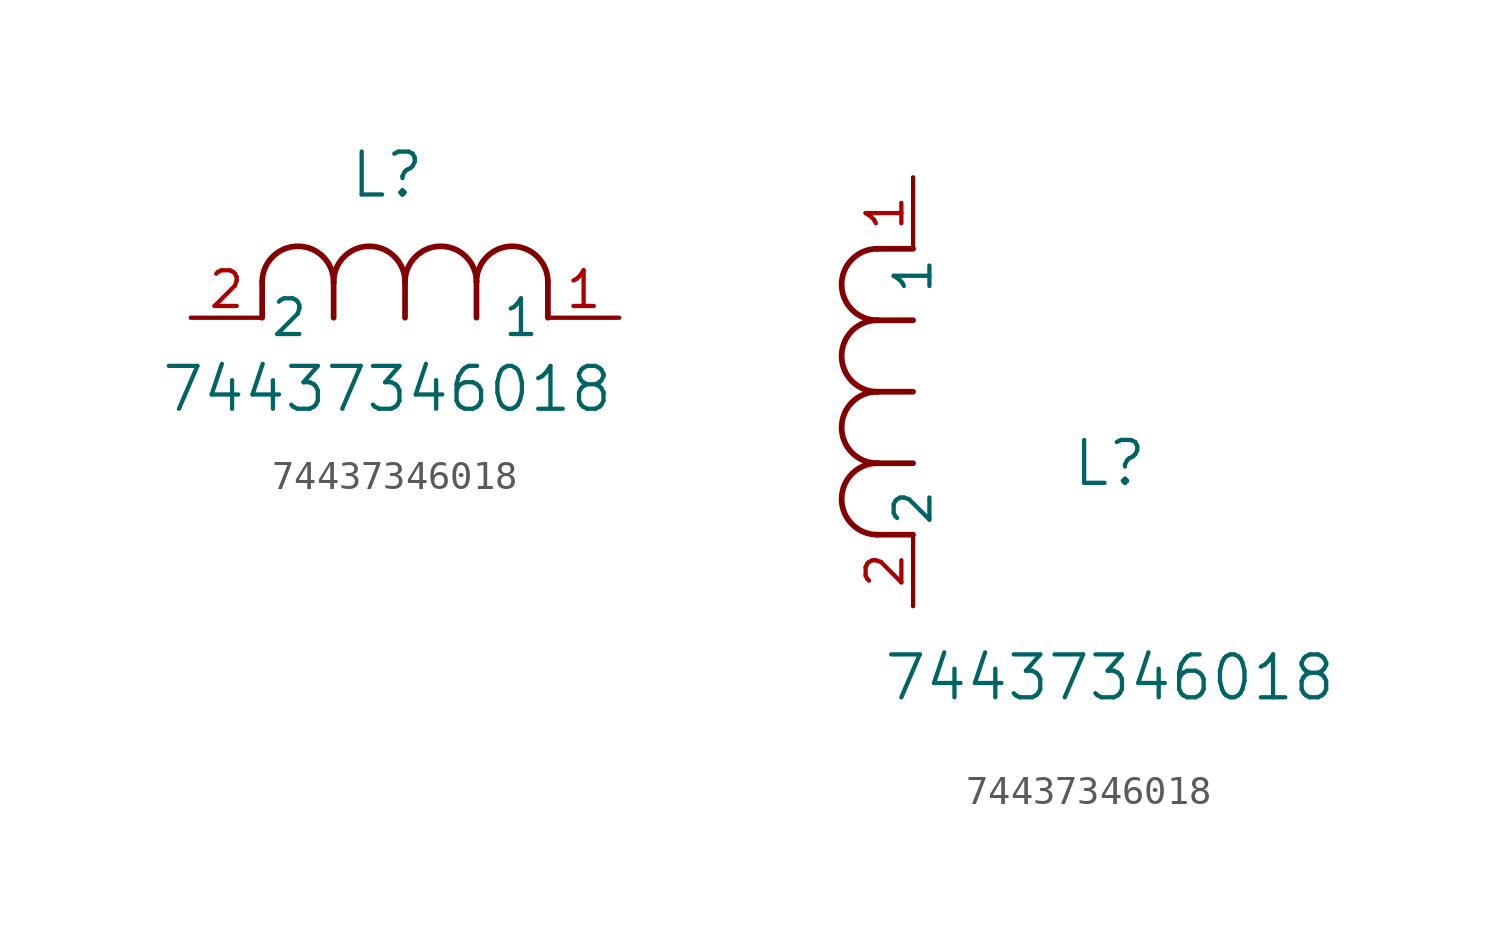
<source format=kicad_sym>
(kicad_symbol_lib
  (version 20211014)
  (generator kicad_symbol_editor)
  (symbol "74437346018"
    (pin_names
      (offset 0.254))
    (property "Reference" "L"
      (at 6.985 5.08 0)
      (effects (font (size 1.524 1.524))))
    (property "Value" "74437346018"
      (at 6.985 -2.54 0)
      (effects (font (size 1.524 1.524))))
    (symbol "74437346018_1_1"
      (arc (start 7.62 1.27) (mid 6.35 2.54) (end 5.08 1.27) (stroke (width 0.2032) (type default) (color 0 0 0 0)) (fill (type none)))
      (polyline (pts (xy 5.08 0) (xy 5.08 1.27)) (stroke (width 0.203) (type default) (color 0 0 0 0)) (fill (type none)))
      (polyline (pts (xy 7.62 0) (xy 7.62 1.27)) (stroke (width 0.203) (type default) (color 0 0 0 0)) (fill (type none)))
      (polyline (pts (xy 12.7 0) (xy 12.7 1.27)) (stroke (width 0.203) (type default) (color 0 0 0 0)) (fill (type none)))
      (arc (start 5.08 1.27) (mid 3.81 2.54) (end 2.54 1.27) (stroke (width 0.2032) (type default) (color 0 0 0 0)) (fill (type none)))
      (arc (start 10.16 1.27) (mid 8.89 2.54) (end 7.62 1.27) (stroke (width 0.2032) (type default) (color 0 0 0 0)) (fill (type none)))
      (arc (start 12.7 1.27) (mid 11.43 2.54) (end 10.16 1.27) (stroke (width 0.2032) (type default) (color 0 0 0 0)) (fill (type none)))
      (polyline (pts (xy 2.54 0) (xy 2.54 1.27)) (stroke (width 0.203) (type default) (color 0 0 0 0)) (fill (type none)))
      (polyline (pts (xy 10.16 0) (xy 10.16 1.27)) (stroke (width 0.203) (type default) (color 0 0 0 0)) (fill (type none)))
      (pin unspecified line (at 0 0 0) (length 2.54) (name "2" (effects (font (size 1.27 1.27)))) (number "2" (effects (font (size 1.27 1.27)))))
      (pin unspecified line (at 15.24 0 180) (length 2.54) (name "1" (effects (font (size 1.27 1.27)))) (number "1" (effects (font (size 1.27 1.27))))))
    (symbol "74437346018_1_2"
      (arc (start -1.27 7.62) (mid -2.54 6.35) (end -1.27 5.08) (stroke (width 0.2032) (type default) (color 0 0 0 0)) (fill (type none)))
      (arc (start -1.27 5.08) (mid -2.54 3.81) (end -1.27 2.54) (stroke (width 0.2032) (type default) (color 0 0 0 0)) (fill (type none)))
      (arc (start -1.27 12.7) (mid -2.54 11.43) (end -1.27 10.16) (stroke (width 0.2032) (type default) (color 0 0 0 0)) (fill (type none)))
      (arc (start -1.27 10.16) (mid -2.54 8.89) (end -1.27 7.62) (stroke (width 0.2032) (type default) (color 0 0 0 0)) (fill (type none)))
      (polyline (pts (xy 0 7.62) (xy -1.27 7.62)) (stroke (width 0.203) (type default) (color 0 0 0 0)) (fill (type none)))
      (polyline (pts (xy 0 5.08) (xy -1.27 5.08)) (stroke (width 0.203) (type default) (color 0 0 0 0)) (fill (type none)))
      (polyline (pts (xy 0 12.7) (xy -1.27 12.7)) (stroke (width 0.203) (type default) (color 0 0 0 0)) (fill (type none)))
      (polyline (pts (xy 0 2.54) (xy -1.27 2.54)) (stroke (width 0.203) (type default) (color 0 0 0 0)) (fill (type none)))
      (polyline (pts (xy 0 10.16) (xy -1.27 10.16)) (stroke (width 0.203) (type default) (color 0 0 0 0)) (fill (type none)))
      (pin unspecified line (at 0 0 90) (length 2.54) (name "2" (effects (font (size 1.27 1.27)))) (number "2" (effects (font (size 1.27 1.27)))))
      (pin unspecified line (at 0 15.24 270) (length 2.54) (name "1" (effects (font (size 1.27 1.27)))) (number "1" (effects (font (size 1.27 1.27))))))))
</source>
